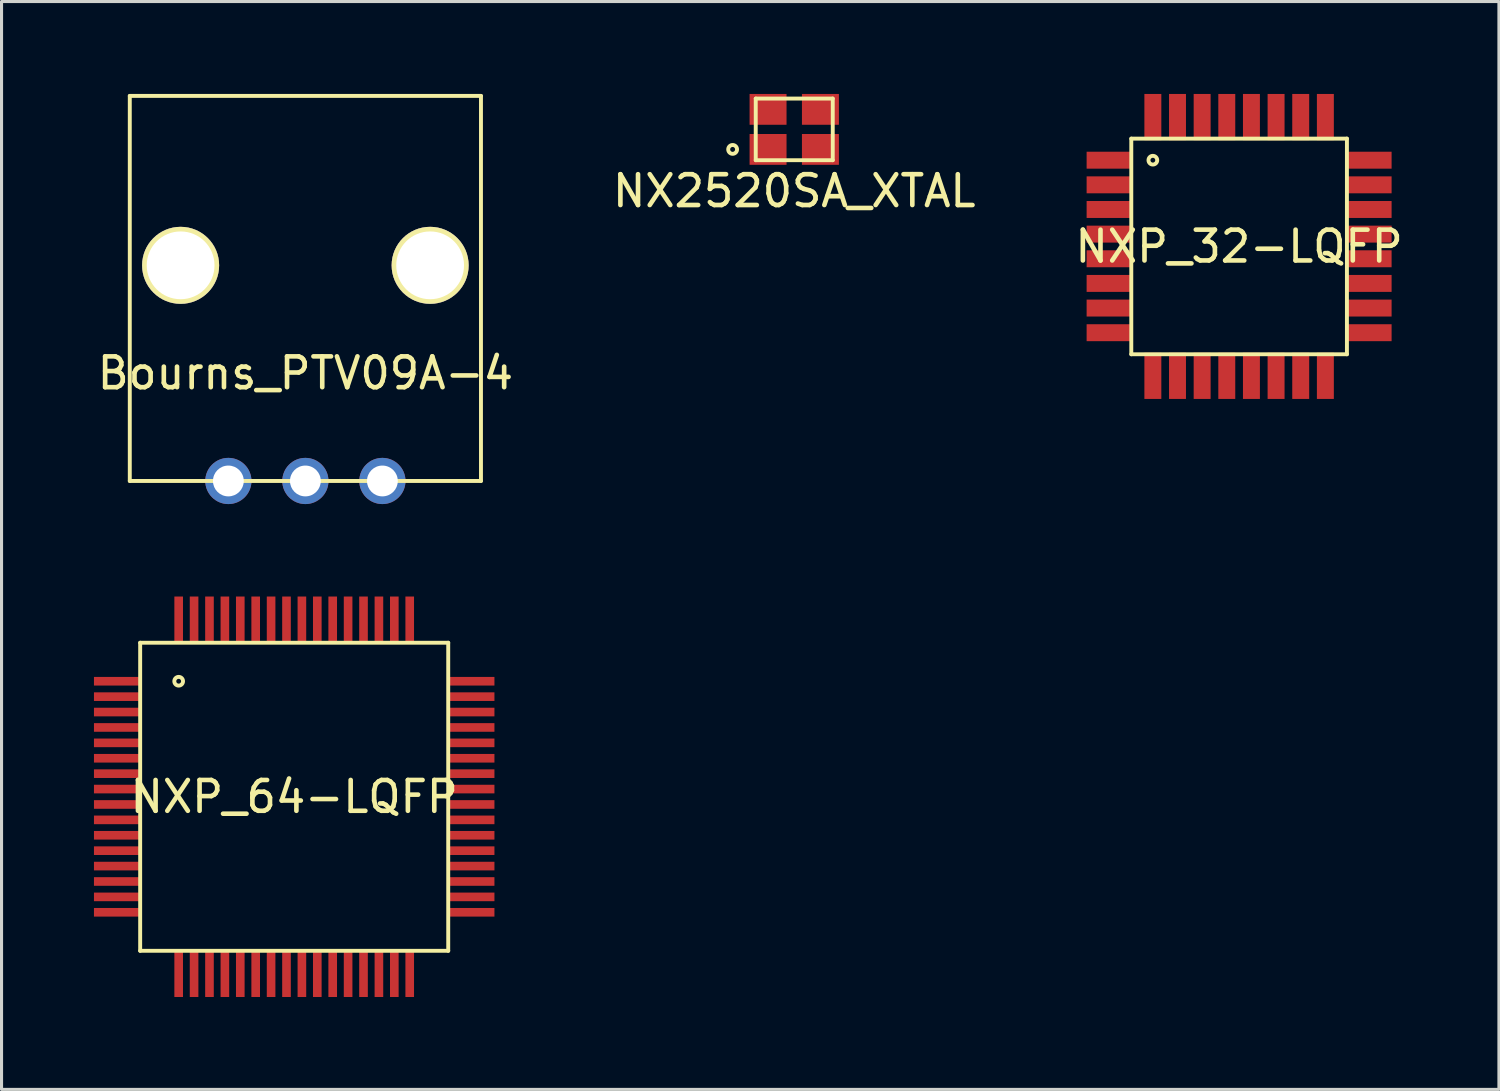
<source format=kicad_pcb>
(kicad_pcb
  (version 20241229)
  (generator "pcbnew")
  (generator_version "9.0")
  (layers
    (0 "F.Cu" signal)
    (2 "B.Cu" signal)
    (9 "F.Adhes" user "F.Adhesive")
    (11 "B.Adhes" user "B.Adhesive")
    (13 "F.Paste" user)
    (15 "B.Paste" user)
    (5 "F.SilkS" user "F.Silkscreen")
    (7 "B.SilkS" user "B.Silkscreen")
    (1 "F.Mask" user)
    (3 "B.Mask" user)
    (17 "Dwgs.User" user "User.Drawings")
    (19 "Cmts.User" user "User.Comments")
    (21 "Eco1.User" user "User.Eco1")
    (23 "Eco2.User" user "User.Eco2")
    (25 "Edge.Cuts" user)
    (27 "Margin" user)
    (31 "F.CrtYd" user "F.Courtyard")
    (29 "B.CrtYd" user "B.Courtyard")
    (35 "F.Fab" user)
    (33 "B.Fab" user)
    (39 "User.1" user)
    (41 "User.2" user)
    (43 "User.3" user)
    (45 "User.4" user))
  (footprint "Bourns_PTV09A-4"
    (layer "F.Cu")
    (at 6.863 12.563)
    (property "Reference" "Bourns_PTV09A-4" (at 0 -3.5 0) (layer "F.SilkS") (effects (font (size 1 1) (thickness 0.15))))
    (attr through_hole)
    (fp_line (start -5.7 -12.5) (end 5.7 -12.5) (stroke (width 0.127) (type solid)) (layer "F.SilkS"))
    (fp_line (start -5.7 0) (end -5.7 -12.5) (stroke (width 0.127) (type solid)) (layer "F.SilkS"))
    (fp_line (start 5.7 -12.5) (end 5.7 0) (stroke (width 0.127) (type solid)) (layer "F.SilkS"))
    (fp_line (start 5.7 0) (end -5.7 0) (stroke (width 0.127) (type solid)) (layer "F.SilkS"))
    (pad "" np_thru_hole circle (at -4.05 -7) (size 2.5 2.5) (drill 2.2) (layers "*.Cu" "*.Mask" "F.SilkS"))
    (pad "" np_thru_hole circle (at 4.05 -7) (size 2.5 2.5) (drill 2.2) (layers "*.Cu" "*.Mask" "F.SilkS"))
    (pad "1" thru_hole circle (at -2.5 0) (size 1.5 1.5) (drill 1) (layers "*.Cu" "*.Mask"))
    (pad "2" thru_hole circle (at 0 0) (size 1.5 1.5) (drill 1) (layers "*.Cu" "*.Mask"))
    (pad "3" thru_hole circle (at 2.5 0) (size 1.5 1.5) (drill 1) (layers "*.Cu" "*.Mask")))
  (footprint "NXP_64-LQFP"
    (layer "F.Cu")
    (at 6.5 22.814)
    (property "Reference" "NXP_64-LQFP" (at 0 0 0) (layer "F.SilkS") (effects (font (size 1 1) (thickness 0.15))))
    (attr through_hole)
    (fp_line (start -5 -5) (end 5 -5) (stroke (width 0.127) (type solid)) (layer "F.SilkS"))
    (fp_line (start -5 5) (end -5 -5) (stroke (width 0.127) (type solid)) (layer "F.SilkS"))
    (fp_line (start 5 -5) (end 5 5) (stroke (width 0.127) (type solid)) (layer "F.SilkS"))
    (fp_line (start 5 5) (end -5 5) (stroke (width 0.127) (type solid)) (layer "F.SilkS"))
    (fp_circle (center -3.75 -3.75) (end -3.65 -3.65) (stroke (width 0.127) (type solid)) (fill no) (layer "F.SilkS"))
    (pad "1" smd rect (at -5.75 -3.75) (size 1.5 0.28) (layers "F.Cu" "F.Mask" "F.Paste"))
    (pad "2" smd rect (at -5.75 -3.25) (size 1.5 0.28) (layers "F.Cu" "F.Mask" "F.Paste"))
    (pad "3" smd rect (at -5.75 -2.75) (size 1.5 0.28) (layers "F.Cu" "F.Mask" "F.Paste"))
    (pad "4" smd rect (at -5.75 -2.25) (size 1.5 0.28) (layers "F.Cu" "F.Mask" "F.Paste"))
    (pad "5" smd rect (at -5.75 -1.75) (size 1.5 0.28) (layers "F.Cu" "F.Mask" "F.Paste"))
    (pad "6" smd rect (at -5.75 -1.25) (size 1.5 0.28) (layers "F.Cu" "F.Mask" "F.Paste"))
    (pad "7" smd rect (at -5.75 -0.75) (size 1.5 0.28) (layers "F.Cu" "F.Mask" "F.Paste"))
    (pad "8" smd rect (at -5.75 -0.25) (size 1.5 0.28) (layers "F.Cu" "F.Mask" "F.Paste"))
    (pad "9" smd rect (at -5.75 0.25) (size 1.5 0.28) (layers "F.Cu" "F.Mask" "F.Paste"))
    (pad "10" smd rect (at -5.75 0.75) (size 1.5 0.28) (layers "F.Cu" "F.Mask" "F.Paste"))
    (pad "11" smd rect (at -5.75 1.25) (size 1.5 0.28) (layers "F.Cu" "F.Mask" "F.Paste"))
    (pad "12" smd rect (at -5.75 1.75) (size 1.5 0.28) (layers "F.Cu" "F.Mask" "F.Paste"))
    (pad "13" smd rect (at -5.75 2.25) (size 1.5 0.28) (layers "F.Cu" "F.Mask" "F.Paste"))
    (pad "14" smd rect (at -5.75 2.75) (size 1.5 0.28) (layers "F.Cu" "F.Mask" "F.Paste"))
    (pad "15" smd rect (at -5.75 3.25) (size 1.5 0.28) (layers "F.Cu" "F.Mask" "F.Paste"))
    (pad "16" smd rect (at -5.75 3.75) (size 1.5 0.28) (layers "F.Cu" "F.Mask" "F.Paste"))
    (pad "17" smd rect (at -3.75 5.75 90) (size 1.5 0.28) (layers "F.Cu" "F.Mask" "F.Paste"))
    (pad "18" smd rect (at -3.25 5.75 90) (size 1.5 0.28) (layers "F.Cu" "F.Mask" "F.Paste"))
    (pad "19" smd rect (at -2.75 5.75 90) (size 1.5 0.28) (layers "F.Cu" "F.Mask" "F.Paste"))
    (pad "20" smd rect (at -2.25 5.75 90) (size 1.5 0.28) (layers "F.Cu" "F.Mask" "F.Paste"))
    (pad "21" smd rect (at -1.75 5.75 90) (size 1.5 0.28) (layers "F.Cu" "F.Mask" "F.Paste"))
    (pad "22" smd rect (at -1.25 5.75 90) (size 1.5 0.28) (layers "F.Cu" "F.Mask" "F.Paste"))
    (pad "23" smd rect (at -0.75 5.75 90) (size 1.5 0.28) (layers "F.Cu" "F.Mask" "F.Paste"))
    (pad "24" smd rect (at -0.25 5.75 90) (size 1.5 0.28) (layers "F.Cu" "F.Mask" "F.Paste"))
    (pad "25" smd rect (at 0.25 5.75 90) (size 1.5 0.28) (layers "F.Cu" "F.Mask" "F.Paste"))
    (pad "26" smd rect (at 0.75 5.75 90) (size 1.5 0.28) (layers "F.Cu" "F.Mask" "F.Paste"))
    (pad "27" smd rect (at 1.25 5.75 90) (size 1.5 0.28) (layers "F.Cu" "F.Mask" "F.Paste"))
    (pad "28" smd rect (at 1.75 5.75 90) (size 1.5 0.28) (layers "F.Cu" "F.Mask" "F.Paste"))
    (pad "29" smd rect (at 2.25 5.75 90) (size 1.5 0.28) (layers "F.Cu" "F.Mask" "F.Paste"))
    (pad "30" smd rect (at 2.75 5.75 90) (size 1.5 0.28) (layers "F.Cu" "F.Mask" "F.Paste"))
    (pad "31" smd rect (at 3.25 5.75 90) (size 1.5 0.28) (layers "F.Cu" "F.Mask" "F.Paste"))
    (pad "32" smd rect (at 3.75 5.75 90) (size 1.5 0.28) (layers "F.Cu" "F.Mask" "F.Paste"))
    (pad "33" smd rect (at 5.75 3.75) (size 1.5 0.28) (layers "F.Cu" "F.Mask" "F.Paste"))
    (pad "34" smd rect (at 5.75 3.25) (size 1.5 0.28) (layers "F.Cu" "F.Mask" "F.Paste"))
    (pad "35" smd rect (at 5.75 2.75) (size 1.5 0.28) (layers "F.Cu" "F.Mask" "F.Paste"))
    (pad "36" smd rect (at 5.75 2.25) (size 1.5 0.28) (layers "F.Cu" "F.Mask" "F.Paste"))
    (pad "37" smd rect (at 5.75 1.75) (size 1.5 0.28) (layers "F.Cu" "F.Mask" "F.Paste"))
    (pad "38" smd rect (at 5.75 1.25) (size 1.5 0.28) (layers "F.Cu" "F.Mask" "F.Paste"))
    (pad "39" smd rect (at 5.75 0.75) (size 1.5 0.28) (layers "F.Cu" "F.Mask" "F.Paste"))
    (pad "40" smd rect (at 5.75 0.25) (size 1.5 0.28) (layers "F.Cu" "F.Mask" "F.Paste"))
    (pad "41" smd rect (at 5.75 -0.25) (size 1.5 0.28) (layers "F.Cu" "F.Mask" "F.Paste"))
    (pad "42" smd rect (at 5.75 -0.75) (size 1.5 0.28) (layers "F.Cu" "F.Mask" "F.Paste"))
    (pad "43" smd rect (at 5.75 -1.25) (size 1.5 0.28) (layers "F.Cu" "F.Mask" "F.Paste"))
    (pad "44" smd rect (at 5.75 -1.75) (size 1.5 0.28) (layers "F.Cu" "F.Mask" "F.Paste"))
    (pad "45" smd rect (at 5.75 -2.25) (size 1.5 0.28) (layers "F.Cu" "F.Mask" "F.Paste"))
    (pad "46" smd rect (at 5.75 -2.75) (size 1.5 0.28) (layers "F.Cu" "F.Mask" "F.Paste"))
    (pad "47" smd rect (at 5.75 -3.25) (size 1.5 0.28) (layers "F.Cu" "F.Mask" "F.Paste"))
    (pad "48" smd rect (at 5.75 -3.75) (size 1.5 0.28) (layers "F.Cu" "F.Mask" "F.Paste"))
    (pad "49" smd rect (at 3.75 -5.75 90) (size 1.5 0.28) (layers "F.Cu" "F.Mask" "F.Paste"))
    (pad "50" smd rect (at 3.25 -5.75 90) (size 1.5 0.28) (layers "F.Cu" "F.Mask" "F.Paste"))
    (pad "51" smd rect (at 2.75 -5.75 90) (size 1.5 0.28) (layers "F.Cu" "F.Mask" "F.Paste"))
    (pad "52" smd rect (at 2.25 -5.75 90) (size 1.5 0.28) (layers "F.Cu" "F.Mask" "F.Paste"))
    (pad "53" smd rect (at 1.75 -5.75 90) (size 1.5 0.28) (layers "F.Cu" "F.Mask" "F.Paste"))
    (pad "54" smd rect (at 1.25 -5.75 90) (size 1.5 0.28) (layers "F.Cu" "F.Mask" "F.Paste"))
    (pad "55" smd rect (at 0.75 -5.75 90) (size 1.5 0.28) (layers "F.Cu" "F.Mask" "F.Paste"))
    (pad "56" smd rect (at 0.25 -5.75 90) (size 1.5 0.28) (layers "F.Cu" "F.Mask" "F.Paste"))
    (pad "57" smd rect (at -0.25 -5.75 90) (size 1.5 0.28) (layers "F.Cu" "F.Mask" "F.Paste"))
    (pad "58" smd rect (at -0.75 -5.75 90) (size 1.5 0.28) (layers "F.Cu" "F.Mask" "F.Paste"))
    (pad "59" smd rect (at -1.25 -5.75 90) (size 1.5 0.28) (layers "F.Cu" "F.Mask" "F.Paste"))
    (pad "60" smd rect (at -1.75 -5.75 90) (size 1.5 0.28) (layers "F.Cu" "F.Mask" "F.Paste"))
    (pad "61" smd rect (at -2.25 -5.75 90) (size 1.5 0.28) (layers "F.Cu" "F.Mask" "F.Paste"))
    (pad "62" smd rect (at -2.75 -5.75 90) (size 1.5 0.28) (layers "F.Cu" "F.Mask" "F.Paste"))
    (pad "63" smd rect (at -3.25 -5.75 90) (size 1.5 0.28) (layers "F.Cu" "F.Mask" "F.Paste"))
    (pad "64" smd rect (at -3.75 -5.75 90) (size 1.5 0.28) (layers "F.Cu" "F.Mask" "F.Paste")))
  (footprint "NX2520SA_XTAL"
    (layer "F.Cu")
    (at 22.732 1.15)
    (property "Reference" "NX2520SA_XTAL" (at 0 2 0) (layer "F.SilkS") (effects (font (size 1 1) (thickness 0.15))))
    (attr through_hole)
    (fp_line (start -1.25 -1) (end 1.25 -1) (stroke (width 0.127) (type solid)) (layer "F.SilkS"))
    (fp_line (start -1.25 1) (end -1.25 -1) (stroke (width 0.127) (type solid)) (layer "F.SilkS"))
    (fp_line (start 1.25 -1) (end 1.25 1) (stroke (width 0.127) (type solid)) (layer "F.SilkS"))
    (fp_line (start 1.25 1) (end -1.25 1) (stroke (width 0.127) (type solid)) (layer "F.SilkS"))
    (fp_circle (center -2 0.65) (end -1.86 0.68) (stroke (width 0.127) (type solid)) (fill no) (layer "F.SilkS"))
    (pad "1" smd rect (at -0.85 0.65) (size 1.2 1) (layers "F.Cu" "F.Mask" "F.Paste"))
    (pad "2" smd rect (at 0.85 0.65) (size 1.2 1) (layers "F.Cu" "F.Mask" "F.Paste"))
    (pad "3" smd rect (at 0.85 -0.65) (size 1.2 1) (layers "F.Cu" "F.Mask" "F.Paste"))
    (pad "4" smd rect (at -0.85 -0.65) (size 1.2 1) (layers "F.Cu" "F.Mask" "F.Paste")))
  (footprint "NXP_32-LQFP"
    (layer "F.Cu")
    (at 37.173 4.95)
    (property "Reference" "NXP_32-LQFP" (at 0 0 0) (layer "F.SilkS") (effects (font (size 1 1) (thickness 0.15))))
    (attr through_hole)
    (fp_line (start -3.5 -3.5) (end 3.5 -3.5) (stroke (width 0.127) (type solid)) (layer "F.SilkS"))
    (fp_line (start -3.5 3.5) (end -3.5 -3.5) (stroke (width 0.127) (type solid)) (layer "F.SilkS"))
    (fp_line (start 3.5 -3.5) (end 3.5 3.5) (stroke (width 0.127) (type solid)) (layer "F.SilkS"))
    (fp_line (start 3.5 3.5) (end -3.5 3.5) (stroke (width 0.127) (type solid)) (layer "F.SilkS"))
    (fp_circle (center -2.8 -2.8) (end -2.7 -2.7) (stroke (width 0.127) (type solid)) (fill no) (layer "F.SilkS"))
    (pad "1" smd rect (at -4.2 -2.8) (size 1.5 0.55) (layers "F.Cu" "F.Mask" "F.Paste"))
    (pad "2" smd rect (at -4.2 -2) (size 1.5 0.55) (layers "F.Cu" "F.Mask" "F.Paste"))
    (pad "3" smd rect (at -4.2 -1.2) (size 1.5 0.55) (layers "F.Cu" "F.Mask" "F.Paste"))
    (pad "4" smd rect (at -4.2 -0.4) (size 1.5 0.55) (layers "F.Cu" "F.Mask" "F.Paste"))
    (pad "5" smd rect (at -4.2 0.4) (size 1.5 0.55) (layers "F.Cu" "F.Mask" "F.Paste"))
    (pad "6" smd rect (at -4.2 1.2) (size 1.5 0.55) (layers "F.Cu" "F.Mask" "F.Paste"))
    (pad "7" smd rect (at -4.2 2) (size 1.5 0.55) (layers "F.Cu" "F.Mask" "F.Paste"))
    (pad "8" smd rect (at -4.2 2.8) (size 1.5 0.55) (layers "F.Cu" "F.Mask" "F.Paste"))
    (pad "9" smd rect (at -2.8 4.2 90) (size 1.5 0.55) (layers "F.Cu" "F.Mask" "F.Paste"))
    (pad "9" smd rect (at -0.4 -4.2 90) (size 1.5 0.55) (layers "F.Cu" "F.Mask" "F.Paste"))
    (pad "10" smd rect (at -2 4.2 90) (size 1.5 0.55) (layers "F.Cu" "F.Mask" "F.Paste"))
    (pad "11" smd rect (at -1.2 4.2 90) (size 1.5 0.55) (layers "F.Cu" "F.Mask" "F.Paste"))
    (pad "12" smd rect (at -0.4 4.2 90) (size 1.5 0.55) (layers "F.Cu" "F.Mask" "F.Paste"))
    (pad "13" smd rect (at 0.4 4.2 90) (size 1.5 0.55) (layers "F.Cu" "F.Mask" "F.Paste"))
    (pad "14" smd rect (at 1.2 4.2 90) (size 1.5 0.55) (layers "F.Cu" "F.Mask" "F.Paste"))
    (pad "15" smd rect (at 2 4.2 90) (size 1.5 0.55) (layers "F.Cu" "F.Mask" "F.Paste"))
    (pad "16" smd rect (at 2.8 4.2 90) (size 1.5 0.55) (layers "F.Cu" "F.Mask" "F.Paste"))
    (pad "17" smd rect (at 4.2 2.8) (size 1.5 0.55) (layers "F.Cu" "F.Mask" "F.Paste"))
    (pad "18" smd rect (at 4.2 2) (size 1.5 0.55) (layers "F.Cu" "F.Mask" "F.Paste"))
    (pad "19" smd rect (at 4.2 1.2) (size 1.5 0.55) (layers "F.Cu" "F.Mask" "F.Paste"))
    (pad "20" smd rect (at 4.2 0.4) (size 1.5 0.55) (layers "F.Cu" "F.Mask" "F.Paste"))
    (pad "21" smd rect (at 4.2 -0.4) (size 1.5 0.55) (layers "F.Cu" "F.Mask" "F.Paste"))
    (pad "22" smd rect (at 4.2 -1.2) (size 1.5 0.55) (layers "F.Cu" "F.Mask" "F.Paste"))
    (pad "23" smd rect (at 4.2 -2) (size 1.5 0.55) (layers "F.Cu" "F.Mask" "F.Paste"))
    (pad "24" smd rect (at 4.2 -2.8) (size 1.5 0.55) (layers "F.Cu" "F.Mask" "F.Paste"))
    (pad "25" smd rect (at 2.8 -4.2 90) (size 1.5 0.55) (layers "F.Cu" "F.Mask" "F.Paste"))
    (pad "26" smd rect (at 2 -4.2 90) (size 1.5 0.55) (layers "F.Cu" "F.Mask" "F.Paste"))
    (pad "27" smd rect (at 1.2 -4.2 90) (size 1.5 0.55) (layers "F.Cu" "F.Mask" "F.Paste"))
    (pad "28" smd rect (at 0.4 -4.2 90) (size 1.5 0.55) (layers "F.Cu" "F.Mask" "F.Paste"))
    (pad "30" smd rect (at -1.2 -4.2 90) (size 1.5 0.55) (layers "F.Cu" "F.Mask" "F.Paste"))
    (pad "31" smd rect (at -2 -4.2 90) (size 1.5 0.55) (layers "F.Cu" "F.Mask" "F.Paste"))
    (pad "32" smd rect (at -2.8 -4.2 90) (size 1.5 0.55) (layers "F.Cu" "F.Mask" "F.Paste")))
  (gr_rect
    (start -3 -3)
    (end 45.607 32.313)
    (stroke (width 0.1) (type default))
    (fill no)
    (layer "Edge.Cuts")))
</source>
